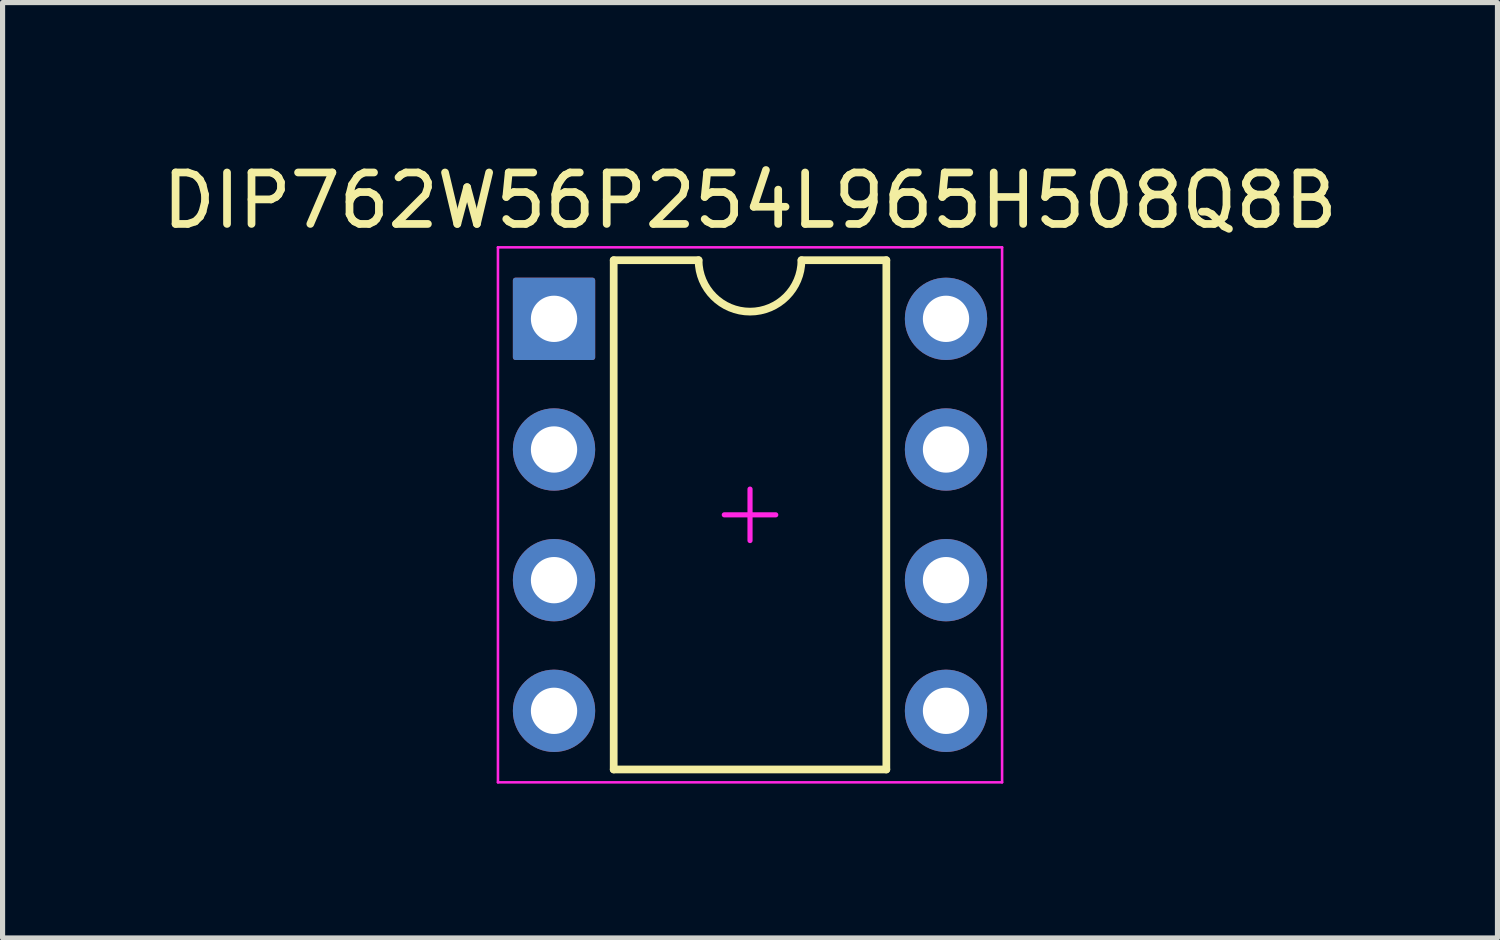
<source format=kicad_pcb>
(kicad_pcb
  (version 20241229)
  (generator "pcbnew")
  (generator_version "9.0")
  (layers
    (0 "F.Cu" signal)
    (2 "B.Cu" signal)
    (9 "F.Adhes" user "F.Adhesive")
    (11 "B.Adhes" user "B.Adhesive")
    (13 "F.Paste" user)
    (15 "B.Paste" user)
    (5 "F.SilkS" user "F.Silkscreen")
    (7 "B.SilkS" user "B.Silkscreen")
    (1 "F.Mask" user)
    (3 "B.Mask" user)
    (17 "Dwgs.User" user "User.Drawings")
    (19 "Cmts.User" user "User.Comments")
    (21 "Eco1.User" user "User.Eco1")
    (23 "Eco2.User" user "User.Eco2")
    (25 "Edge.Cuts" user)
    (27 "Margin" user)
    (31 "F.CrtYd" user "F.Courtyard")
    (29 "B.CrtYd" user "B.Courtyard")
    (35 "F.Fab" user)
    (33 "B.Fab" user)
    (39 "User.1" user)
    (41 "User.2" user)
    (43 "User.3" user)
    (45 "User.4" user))
  (footprint "DIP762W56P254L965H508Q8B"
    (layer "F.Cu")
    (at 11.53 6.958)
    (property "Reference" "DIP762W56P254L965H508Q8B" (at 0 -6.11 0) (layer "F.SilkS") (effects (font (size 1 1) (thickness 0.15))))
    (attr through_hole)
    (fp_line (start -2.65 -4.95) (end -1 -4.95) (stroke (width 0.15) (type solid)) (layer "F.SilkS"))
    (fp_line (start -2.65 4.95) (end -2.65 -4.95) (stroke (width 0.15) (type solid)) (layer "F.SilkS"))
    (fp_line (start -2.65 4.95) (end 2.65 4.95) (stroke (width 0.15) (type solid)) (layer "F.SilkS"))
    (fp_line (start 1 -4.95) (end 2.65 -4.95) (stroke (width 0.15) (type solid)) (layer "F.SilkS"))
    (fp_line (start 2.65 4.95) (end 2.65 -4.95) (stroke (width 0.15) (type solid)) (layer "F.SilkS"))
    (fp_arc (start 1 -4.95) (mid 0 -3.95) (end -1 -4.95) (stroke (width 0.15) (type solid)) (layer "F.SilkS"))
    (fp_line (start -4.9 -5.2) (end 4.9 -5.2) (stroke (width 0.05) (type solid)) (layer "F.CrtYd"))
    (fp_line (start -4.9 5.2) (end -4.9 -5.2) (stroke (width 0.05) (type solid)) (layer "F.CrtYd"))
    (fp_line (start 0 -0.5) (end 0 0.5) (stroke (width 0.1) (type solid)) (layer "F.CrtYd"))
    (fp_line (start 0.5 0) (end -0.5 0) (stroke (width 0.1) (type solid)) (layer "F.CrtYd"))
    (fp_line (start 4.9 -5.2) (end 4.9 5.2) (stroke (width 0.05) (type solid)) (layer "F.CrtYd"))
    (fp_line (start 4.9 5.2) (end -4.9 5.2) (stroke (width 0.05) (type solid)) (layer "F.CrtYd"))
    (pad "1" thru_hole roundrect (at -3.81 -3.81 270) (size 1.6 1.6) (drill 0.9) (layers "*.Cu" "*.Mask") (roundrect_rratio 0.031))
    (pad "2" thru_hole circle (at -3.81 -1.27 270) (size 1.6 1.6) (drill 0.9) (layers "*.Cu" "*.Mask"))
    (pad "3" thru_hole circle (at -3.81 1.27 270) (size 1.6 1.6) (drill 0.9) (layers "*.Cu" "*.Mask"))
    (pad "4" thru_hole circle (at -3.81 3.81 270) (size 1.6 1.6) (drill 0.9) (layers "*.Cu" "*.Mask"))
    (pad "5" thru_hole circle (at 3.81 3.81 270) (size 1.6 1.6) (drill 0.9) (layers "*.Cu" "*.Mask"))
    (pad "6" thru_hole circle (at 3.81 1.27 270) (size 1.6 1.6) (drill 0.9) (layers "*.Cu" "*.Mask"))
    (pad "7" thru_hole circle (at 3.81 -1.27 270) (size 1.6 1.6) (drill 0.9) (layers "*.Cu" "*.Mask"))
    (pad "8" thru_hole circle (at 3.81 -3.81 270) (size 1.6 1.6) (drill 0.9) (layers "*.Cu" "*.Mask")))
  (gr_rect
    (start -3 -3)
    (end 26.06 15.183)
    (stroke (width 0.1) (type default))
    (fill no)
    (layer "Edge.Cuts")))
</source>
